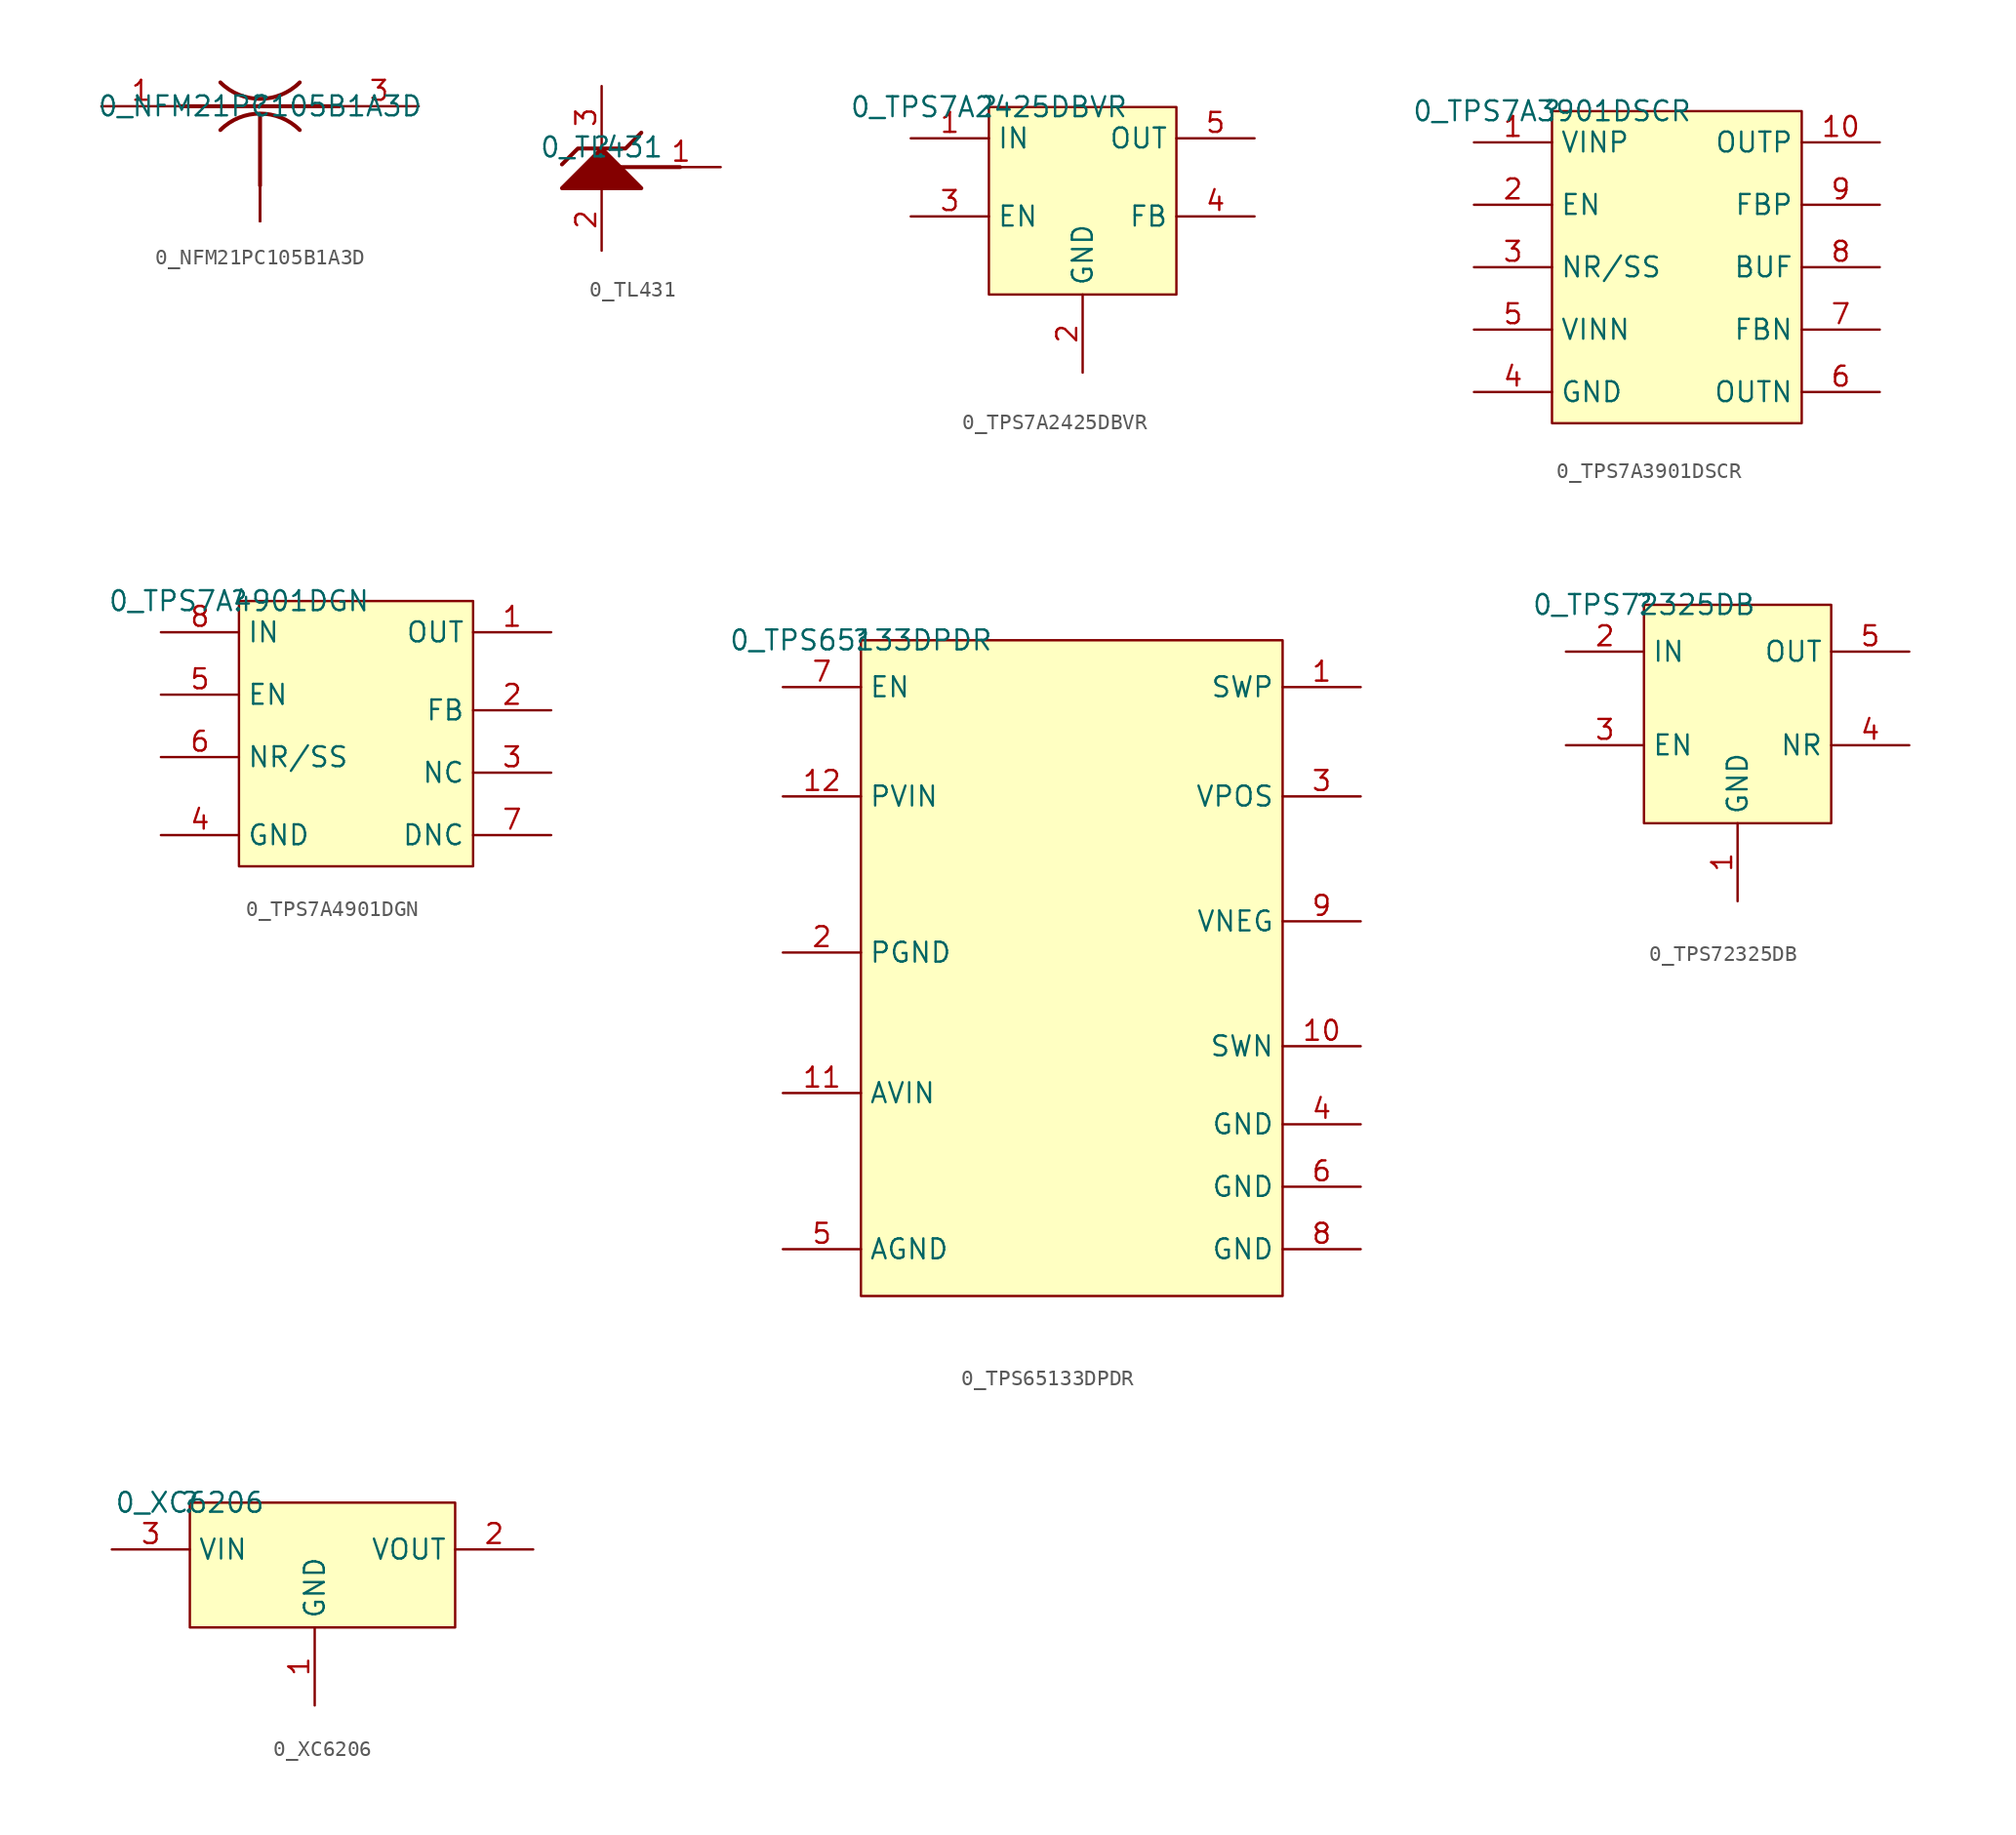
<source format=kicad_sym>
(kicad_symbol_lib
  (version 20211014)
  (generator kicad_symbol_editor)
  (symbol "0_NFM21PC105B1A3D"
    (property "Reference" ""
      (at 0 0 0)
      (effects (font (size 1.27 1.27))))
    (property "Value" "0_NFM21PC105B1A3D"
      (at 0 0 0)
      (effects (font (size 1.27 1.27))))
    (symbol "0_NFM21PC105B1A3D_1_0"
      (arc (start -2.5399 1.5241) (mid 0 0.472) (end 2.5399 1.5241) (stroke (width 0.254) (type default) (color 0 0 0 0)) (fill (type none)))
      (polyline (pts (xy -5.08 0) (xy 5.08 0)) (stroke (width 0.254) (type default) (color 0 0 0 0)) (fill (type none)))
      (polyline (pts (xy 0 -0.508) (xy 0 -5.08)) (stroke (width 0.254) (type default) (color 0 0 0 0)) (fill (type none)))
      (arc (start 2.5399 -1.5241) (mid 0 -0.472) (end -2.5399 -1.5241) (stroke (width 0.254) (type default) (color 0 0 0 0)) (fill (type none)))
      (pin input line (at -10.16 0 0) (length 5.08) (name "IN" (effects (font (size 0 0)))) (number "1" (effects (font (size 1.27 1.27)))))
      (pin power_in line (at 0 -7.366 90) (length 5.08) (name "GND" (effects (font (size 0 0)))) (number "2" (effects (font (size 0 0)))))
      (pin power_in line (at 0 -7.366 90) (length 5.08) (name "GND" (effects (font (size 0 0)))) (number "2_1" (effects (font (size 0 0)))))
      (pin power_in line (at 0 -7.366 90) (length 5.08) (name "GND" (effects (font (size 0 0)))) (number "2_3" (effects (font (size 0 0)))))
      (pin output line (at 10.16 0 180) (length 5.08) (name "OUT" (effects (font (size 0 0)))) (number "3" (effects (font (size 1.27 1.27)))))))
  (symbol "0_TL431"
    (property "Reference" ""
      (at 0 0 0)
      (effects (font (size 1.27 1.27))))
    (property "Value" "0_TL431"
      (at 0 0 0)
      (effects (font (size 1.27 1.27))))
    (symbol "0_TL431_1_0"
      (polyline (pts (xy 1.016 -1.27) (xy 5.016 -1.27)) (stroke (width 0.254) (type default) (color 0 0 0 0)) (fill (type none)))
      (polyline (pts (xy 2.54 -2.62) (xy 0 -0.08) (xy -2.54 -2.62) (xy 2.54 -2.62)) (stroke (width 0.254) (type default) (color 0 0 0 0)) (fill (type outline)))
      (polyline (pts (xy 2.54 0.936) (xy 1.524 -0.08) (xy -1.524 -0.08) (xy -2.54 -1.096)) (stroke (width 0.254) (type default) (color 0 0 0 0)) (fill (type none)))
      (pin input line (at 7.62 -1.27 180) (length 5.08) (name "REF" (effects (font (size 0 0)))) (number "1" (effects (font (size 1.27 1.27)))))
      (pin passive line (at 0 -6.62 90) (length 4) (name "ANODE" (effects (font (size 0 0)))) (number "2" (effects (font (size 1.27 1.27)))))
      (pin passive line (at 0 3.92 270) (length 4) (name "CATHODE" (effects (font (size 0 0)))) (number "3" (effects (font (size 1.27 1.27)))))))
  (symbol "0_TPS7A2425DBVR"
    (property "Reference" ""
      (at 0 0 0)
      (effects (font (size 1.27 1.27))))
    (property "Value" "0_TPS7A2425DBVR"
      (at 0 0 0)
      (effects (font (size 1.27 1.27))))
    (symbol "0_TPS7A2425DBVR_1_0"
      (rectangle (start 12 0) (end 0 -12) (stroke (width 0) (type default) (color 0 0 0 0)) (fill (type background)))
      (pin input line (at -5 -2 0) (length 5) (name "IN" (effects (font (size 1.27 1.27)))) (number "1" (effects (font (size 1.27 1.27)))))
      (pin input line (at 6 -17 90) (length 5) (name "GND" (effects (font (size 1.27 1.27)))) (number "2" (effects (font (size 1.27 1.27)))))
      (pin input line (at -5 -7 0) (length 5) (name "EN" (effects (font (size 1.27 1.27)))) (number "3" (effects (font (size 1.27 1.27)))))
      (pin input line (at 17 -7 180) (length 5) (name "FB" (effects (font (size 1.27 1.27)))) (number "4" (effects (font (size 1.27 1.27)))))
      (pin input line (at 17 -2 180) (length 5) (name "OUT" (effects (font (size 1.27 1.27)))) (number "5" (effects (font (size 1.27 1.27)))))))
  (symbol "0_TPS7A3901DSCR"
    (property "Reference" ""
      (at 0 0 0)
      (effects (font (size 1.27 1.27))))
    (property "Value" "0_TPS7A3901DSCR"
      (at 0 0 0)
      (effects (font (size 1.27 1.27))))
    (symbol "0_TPS7A3901DSCR_1_0"
      (rectangle (start 16 0) (end 0 -20) (stroke (width 0) (type default) (color 0 0 0 0)) (fill (type background)))
      (pin power_in line (at -5 -2 0) (length 5) (name "VINP" (effects (font (size 1.27 1.27)))) (number "1" (effects (font (size 1.27 1.27)))))
      (pin power_in line (at 21 -2 180) (length 5) (name "OUTP" (effects (font (size 1.27 1.27)))) (number "10" (effects (font (size 1.27 1.27)))))
      (pin input line (at -5 -6 0) (length 5) (name "EN" (effects (font (size 1.27 1.27)))) (number "2" (effects (font (size 1.27 1.27)))))
      (pin passive line (at -5 -10 0) (length 5) (name "NR/SS" (effects (font (size 1.27 1.27)))) (number "3" (effects (font (size 1.27 1.27)))))
      (pin power_in line (at -5 -18 0) (length 5) (name "GND" (effects (font (size 1.27 1.27)))) (number "4" (effects (font (size 1.27 1.27)))))
      (pin power_in line (at -5 -14 0) (length 5) (name "VINN" (effects (font (size 1.27 1.27)))) (number "5" (effects (font (size 1.27 1.27)))))
      (pin power_in line (at 21 -18 180) (length 5) (name "OUTN" (effects (font (size 1.27 1.27)))) (number "6" (effects (font (size 1.27 1.27)))))
      (pin input line (at 21 -14 180) (length 5) (name "FBN" (effects (font (size 1.27 1.27)))) (number "7" (effects (font (size 1.27 1.27)))))
      (pin power_in line (at 21 -10 180) (length 5) (name "BUF" (effects (font (size 1.27 1.27)))) (number "8" (effects (font (size 1.27 1.27)))))
      (pin input line (at 21 -6 180) (length 5) (name "FBP" (effects (font (size 1.27 1.27)))) (number "9" (effects (font (size 1.27 1.27)))))))
  (symbol "0_TPS7A4901DGN"
    (property "Reference" ""
      (at 0 0 0)
      (effects (font (size 1.27 1.27))))
    (property "Value" "0_TPS7A4901DGN"
      (at 0 0 0)
      (effects (font (size 1.27 1.27))))
    (symbol "0_TPS7A4901DGN_1_0"
      (rectangle (start 15 0) (end 0 -17) (stroke (width 0) (type default) (color 0 0 0 0)) (fill (type background)))
      (pin power_in line (at 20 -2 180) (length 5) (name "OUT" (effects (font (size 1.27 1.27)))) (number "1" (effects (font (size 1.27 1.27)))))
      (pin input line (at 20 -7 180) (length 5) (name "FB" (effects (font (size 1.27 1.27)))) (number "2" (effects (font (size 1.27 1.27)))))
      (pin passive line (at 20 -11 180) (length 5) (name "NC" (effects (font (size 1.27 1.27)))) (number "3" (effects (font (size 1.27 1.27)))))
      (pin power_in line (at -5 -15 0) (length 5) (name "GND" (effects (font (size 1.27 1.27)))) (number "4" (effects (font (size 1.27 1.27)))))
      (pin input line (at -5 -6 0) (length 5) (name "EN" (effects (font (size 1.27 1.27)))) (number "5" (effects (font (size 1.27 1.27)))))
      (pin input line (at -5 -10 0) (length 5) (name "NR/SS" (effects (font (size 1.27 1.27)))) (number "6" (effects (font (size 1.27 1.27)))))
      (pin passive line (at 20 -15 180) (length 5) (name "DNC" (effects (font (size 1.27 1.27)))) (number "7" (effects (font (size 1.27 1.27)))))
      (pin power_in line (at -5 -2 0) (length 5) (name "IN" (effects (font (size 1.27 1.27)))) (number "8" (effects (font (size 1.27 1.27)))))))
  (symbol "0_TPS65133DPDR"
    (property "Reference" ""
      (at 0 0 0)
      (effects (font (size 1.27 1.27))))
    (property "Value" "0_TPS65133DPDR"
      (at 0 0 0)
      (effects (font (size 1.27 1.27))))
    (symbol "0_TPS65133DPDR_1_0"
      (rectangle (start 27 0) (end 0 -42) (stroke (width 0) (type default) (color 0 0 0 0)) (fill (type background)))
      (pin input line (at 32 -3 180) (length 5) (name "SWP" (effects (font (size 1.27 1.27)))) (number "1" (effects (font (size 1.27 1.27)))))
      (pin input line (at 32 -26 180) (length 5) (name "SWN" (effects (font (size 1.27 1.27)))) (number "10" (effects (font (size 1.27 1.27)))))
      (pin input line (at -5 -29 0) (length 5) (name "AVIN" (effects (font (size 1.27 1.27)))) (number "11" (effects (font (size 1.27 1.27)))))
      (pin input line (at -5 -10 0) (length 5) (name "PVIN" (effects (font (size 1.27 1.27)))) (number "12" (effects (font (size 1.27 1.27)))))
      (pin input line (at -5 -20 0) (length 5) (name "PGND" (effects (font (size 1.27 1.27)))) (number "2" (effects (font (size 1.27 1.27)))))
      (pin input line (at 32 -10 180) (length 5) (name "VPOS" (effects (font (size 1.27 1.27)))) (number "3" (effects (font (size 1.27 1.27)))))
      (pin input line (at 32 -31 180) (length 5) (name "GND" (effects (font (size 1.27 1.27)))) (number "4" (effects (font (size 1.27 1.27)))))
      (pin input line (at -5 -39 0) (length 5) (name "AGND" (effects (font (size 1.27 1.27)))) (number "5" (effects (font (size 1.27 1.27)))))
      (pin input line (at 32 -35 180) (length 5) (name "GND" (effects (font (size 1.27 1.27)))) (number "6" (effects (font (size 1.27 1.27)))))
      (pin input line (at -5 -3 0) (length 5) (name "EN" (effects (font (size 1.27 1.27)))) (number "7" (effects (font (size 1.27 1.27)))))
      (pin input line (at 32 -39 180) (length 5) (name "GND" (effects (font (size 1.27 1.27)))) (number "8" (effects (font (size 1.27 1.27)))))
      (pin input line (at 32 -18 180) (length 5) (name "VNEG" (effects (font (size 1.27 1.27)))) (number "9" (effects (font (size 1.27 1.27)))))))
  (symbol "0_TPS72325DB"
    (property "Reference" ""
      (at 0 0 0)
      (effects (font (size 1.27 1.27))))
    (property "Value" "0_TPS72325DB"
      (at 0 0 0)
      (effects (font (size 1.27 1.27))))
    (symbol "0_TPS72325DB_1_0"
      (rectangle (start 12 0) (end 0 -14) (stroke (width 0) (type default) (color 0 0 0 0)) (fill (type background)))
      (pin input line (at 6 -19 90) (length 5) (name "GND" (effects (font (size 1.27 1.27)))) (number "1" (effects (font (size 1.27 1.27)))))
      (pin input line (at -5 -3 0) (length 5) (name "IN" (effects (font (size 1.27 1.27)))) (number "2" (effects (font (size 1.27 1.27)))))
      (pin input line (at -5 -9 0) (length 5) (name "EN" (effects (font (size 1.27 1.27)))) (number "3" (effects (font (size 1.27 1.27)))))
      (pin input line (at 17 -9 180) (length 5) (name "NR" (effects (font (size 1.27 1.27)))) (number "4" (effects (font (size 1.27 1.27)))))
      (pin input line (at 17 -3 180) (length 5) (name "OUT" (effects (font (size 1.27 1.27)))) (number "5" (effects (font (size 1.27 1.27)))))))
  (symbol "0_XC6206"
    (property "Reference" ""
      (at 0 0 0)
      (effects (font (size 1.27 1.27))))
    (property "Value" "0_XC6206"
      (at 0 0 0)
      (effects (font (size 1.27 1.27))))
    (symbol "0_XC6206_1_0"
      (rectangle (start 17 0) (end 0 -8) (stroke (width 0) (type default) (color 0 0 0 0)) (fill (type background)))
      (pin input line (at 8 -13 90) (length 5) (name "GND" (effects (font (size 1.27 1.27)))) (number "1" (effects (font (size 1.27 1.27)))))
      (pin input line (at 22 -3 180) (length 5) (name "VOUT" (effects (font (size 1.27 1.27)))) (number "2" (effects (font (size 1.27 1.27)))))
      (pin input line (at -5 -3 0) (length 5) (name "VIN" (effects (font (size 1.27 1.27)))) (number "3" (effects (font (size 1.27 1.27))))))))
</source>
